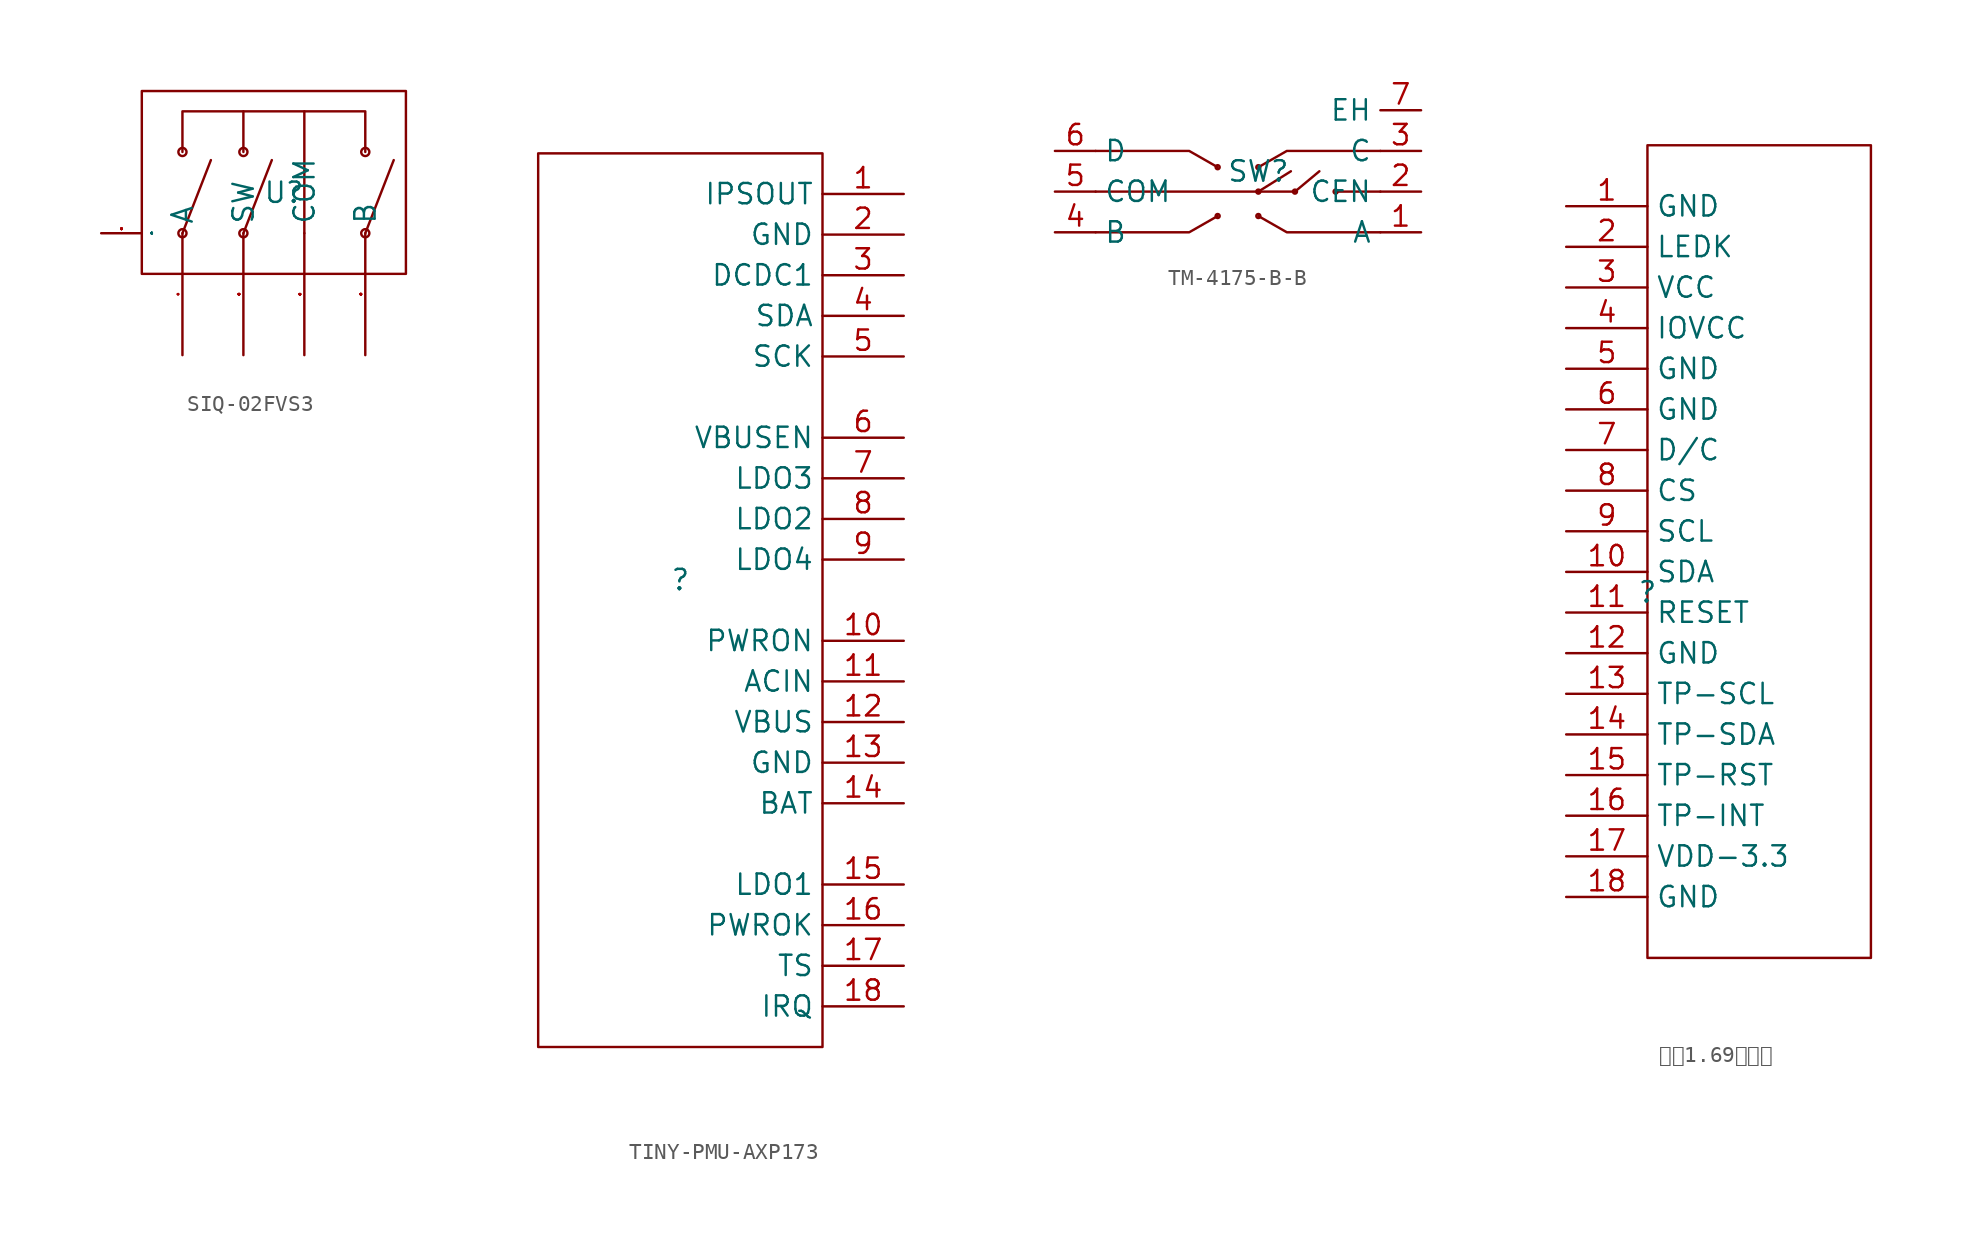
<source format=kicad_sym>
(kicad_symbol_lib
  (version 20241209)
  (generator "kicad_symbol_editor")
  (generator_version "9.0")
  (symbol "SIQ-02FVS3"
    (property "Reference" "U"
      (at 0 0 0)
      (effects (font (size 1.27 1.27))))
    (property "Value" ""
      (at 0 0 0)
      (effects (font (size 1.27 1.27))))
    (symbol "SIQ-02FVS3_1_0"
      (rectangle (start -8.89 6.35) (end 7.62 -5.08) (stroke (width 0) (type default)) (fill (type none)))
      (circle (center -6.35 2.54) (radius 0.254) (stroke (width 0) (type default)) (fill (type none)))
      (circle (center -6.35 -2.54) (radius 0.254) (stroke (width 0) (type default)) (fill (type none)))
      (polyline (pts (xy -6.35 -2.54) (xy -4.572 2.032)) (stroke (width 0) (type default)) (fill (type none)))
      (circle (center -2.54 2.54) (radius 0.254) (stroke (width 0) (type default)) (fill (type none)))
      (polyline (pts (xy -2.54 2.54) (xy -2.54 5.08)) (stroke (width 0) (type default)) (fill (type none)))
      (circle (center -2.54 -2.54) (radius 0.254) (stroke (width 0) (type default)) (fill (type none)))
      (polyline (pts (xy -2.54 -2.54) (xy -0.762 2.032)) (stroke (width 0) (type default)) (fill (type none)))
      (polyline (pts (xy 1.27 -2.54) (xy 1.27 5.08)) (stroke (width 0) (type default)) (fill (type none)))
      (polyline (pts (xy 5.08 2.54) (xy 5.08 5.08) (xy -6.35 5.08) (xy -6.35 2.54)) (stroke (width 0) (type default)) (fill (type none)))
      (circle (center 5.08 2.54) (radius 0.254) (stroke (width 0) (type default)) (fill (type none)))
      (polyline (pts (xy 5.08 -2.54) (xy 6.858 2.032)) (stroke (width 0) (type default)) (fill (type none)))
      (circle (center 5.08 -2.54) (radius 0.254) (stroke (width 0) (type default)) (fill (type none)))
      (pin input line (at -11.43 -2.54 0) (length 2.54) (name "0" (effects (font (size 0.025 0.025)))) (number "0" (effects (font (size 0.025 0.025)))))
      (pin input line (at -6.35 -10.16 90) (length 7.62) (name "A" (effects (font (size 1.27 1.27)))) (number "A" (effects (font (size 0.025 0.025)))))
      (pin input line (at -2.54 -10.16 90) (length 7.62) (name "SW" (effects (font (size 1.27 1.27)))) (number "S" (effects (font (size 0.025 0.025)))))
      (pin input line (at 1.27 -10.16 90) (length 7.62) (name "COM" (effects (font (size 1.27 1.27)))) (number "C" (effects (font (size 0.025 0.025)))))
      (pin input line (at 5.08 -10.16 90) (length 7.62) (name "B" (effects (font (size 1.27 1.27)))) (number "B" (effects (font (size 0.025 0.025)))))))
  (symbol "TINY-PMU-AXP173"
    (property "Reference" ""
      (at 0 0 0)
      (effects (font (size 1.27 1.27))))
    (property "Value" ""
      (at 0 0 0)
      (effects (font (size 1.27 1.27))))
    (symbol "TINY-PMU-AXP173_1_0"
      (rectangle (start -8.89 26.67) (end 8.89 -29.21) (stroke (width 0) (type default)) (fill (type none)))
      (pin input line (at 13.97 24.13 180) (length 5.08) (name "IPSOUT" (effects (font (size 1.27 1.27)))) (number "1" (effects (font (size 1.27 1.27)))))
      (pin input line (at 13.97 21.59 180) (length 5.08) (name "GND" (effects (font (size 1.27 1.27)))) (number "2" (effects (font (size 1.27 1.27)))))
      (pin input line (at 13.97 19.05 180) (length 5.08) (name "DCDC1" (effects (font (size 1.27 1.27)))) (number "3" (effects (font (size 1.27 1.27)))))
      (pin input line (at 13.97 16.51 180) (length 5.08) (name "SDA" (effects (font (size 1.27 1.27)))) (number "4" (effects (font (size 1.27 1.27)))))
      (pin input line (at 13.97 13.97 180) (length 5.08) (name "SCK" (effects (font (size 1.27 1.27)))) (number "5" (effects (font (size 1.27 1.27)))))
      (pin input line (at 13.97 8.89 180) (length 5.08) (name "VBUSEN" (effects (font (size 1.27 1.27)))) (number "6" (effects (font (size 1.27 1.27)))))
      (pin input line (at 13.97 6.35 180) (length 5.08) (name "LDO3" (effects (font (size 1.27 1.27)))) (number "7" (effects (font (size 1.27 1.27)))))
      (pin input line (at 13.97 3.81 180) (length 5.08) (name "LDO2" (effects (font (size 1.27 1.27)))) (number "8" (effects (font (size 1.27 1.27)))))
      (pin input line (at 13.97 1.27 180) (length 5.08) (name "LDO4" (effects (font (size 1.27 1.27)))) (number "9" (effects (font (size 1.27 1.27)))))
      (pin input line (at 13.97 -3.81 180) (length 5.08) (name "PWRON" (effects (font (size 1.27 1.27)))) (number "10" (effects (font (size 1.27 1.27)))))
      (pin input line (at 13.97 -6.35 180) (length 5.08) (name "ACIN" (effects (font (size 1.27 1.27)))) (number "11" (effects (font (size 1.27 1.27)))))
      (pin input line (at 13.97 -8.89 180) (length 5.08) (name "VBUS" (effects (font (size 1.27 1.27)))) (number "12" (effects (font (size 1.27 1.27)))))
      (pin input line (at 13.97 -11.43 180) (length 5.08) (name "GND" (effects (font (size 1.27 1.27)))) (number "13" (effects (font (size 1.27 1.27)))))
      (pin input line (at 13.97 -13.97 180) (length 5.08) (name "BAT" (effects (font (size 1.27 1.27)))) (number "14" (effects (font (size 1.27 1.27)))))
      (pin input line (at 13.97 -19.05 180) (length 5.08) (name "LDO1" (effects (font (size 1.27 1.27)))) (number "15" (effects (font (size 1.27 1.27)))))
      (pin input line (at 13.97 -21.59 180) (length 5.08) (name "PWROK" (effects (font (size 1.27 1.27)))) (number "16" (effects (font (size 1.27 1.27)))))
      (pin input line (at 13.97 -24.13 180) (length 5.08) (name "TS" (effects (font (size 1.27 1.27)))) (number "17" (effects (font (size 1.27 1.27)))))
      (pin input line (at 13.97 -26.67 180) (length 5.08) (name "IRQ" (effects (font (size 1.27 1.27)))) (number "18" (effects (font (size 1.27 1.27)))))))
  (symbol "TM-4175-B-B"
    (property "Reference" "SW"
      (at 0 0 0)
      (effects (font (size 1.27 1.27))))
    (property "Value" ""
      (at 0 0 0)
      (effects (font (size 1.27 1.27))))
    (symbol "TM-4175-B-B_1_0"
      (polyline (pts (xy -10.16 1.27) (xy -4.318 1.27) (xy -4.318 1.27) (xy -2.54 0.254)) (stroke (width 0) (type default)) (fill (type none)))
      (polyline (pts (xy -10.16 -1.27) (xy 0 -1.27)) (stroke (width 0) (type default)) (fill (type none)))
      (polyline (pts (xy -10.16 -3.81) (xy -4.318 -3.81) (xy -4.318 -3.81) (xy -2.54 -2.794)) (stroke (width 0) (type default)) (fill (type none)))
      (circle (center -2.54 0.254) (radius 0.127) (stroke (width 0) (type default)) (fill (type none)))
      (circle (center -2.54 -2.794) (radius 0.127) (stroke (width 0) (type default)) (fill (type none)))
      (circle (center 0 0.254) (radius 0.127) (stroke (width 0) (type default)) (fill (type none)))
      (polyline (pts (xy 0 -1.27) (xy 2.032 0)) (stroke (width 0) (type default)) (fill (type none)))
      (polyline (pts (xy 0 -1.27) (xy 2.286 -1.27)) (stroke (width 0) (type default)) (fill (type none)))
      (circle (center 0 -1.27) (radius 0.127) (stroke (width 0) (type default)) (fill (type none)))
      (circle (center 0 -2.794) (radius 0.127) (stroke (width 0) (type default)) (fill (type none)))
      (polyline (pts (xy 2.286 -1.27) (xy 3.81 0)) (stroke (width 0) (type default)) (fill (type none)))
      (circle (center 2.286 -1.27) (radius 0.127) (stroke (width 0) (type default)) (fill (type none)))
      (circle (center 4.826 -1.27) (radius 0.127) (stroke (width 0) (type default)) (fill (type none)))
      (polyline (pts (xy 7.62 1.27) (xy 1.778 1.27) (xy 1.778 1.27) (xy 0 0.254)) (stroke (width 0) (type default)) (fill (type none)))
      (polyline (pts (xy 7.62 -1.27) (xy 4.826 -1.27)) (stroke (width 0) (type default)) (fill (type none)))
      (polyline (pts (xy 7.62 -3.81) (xy 1.778 -3.81) (xy 1.778 -3.81) (xy 0 -2.794)) (stroke (width 0) (type default)) (fill (type none)))
      (pin input line (at -12.7 1.27 0) (length 2.54) (name "D" (effects (font (size 1.27 1.27)))) (number "6" (effects (font (size 1.27 1.27)))))
      (pin input line (at -12.7 -1.27 0) (length 2.54) (name "COM" (effects (font (size 1.27 1.27)))) (number "5" (effects (font (size 1.27 1.27)))))
      (pin input line (at -12.7 -3.81 0) (length 2.54) (name "B" (effects (font (size 1.27 1.27)))) (number "4" (effects (font (size 1.27 1.27)))))
      (pin input line (at 10.16 3.81 180) (length 2.54) (name "EH" (effects (font (size 1.27 1.27)))) (number "7" (effects (font (size 1.27 1.27)))))
      (pin input line (at 10.16 1.27 180) (length 2.54) (name "C" (effects (font (size 1.27 1.27)))) (number "3" (effects (font (size 1.27 1.27)))))
      (pin input line (at 10.16 -1.27 180) (length 2.54) (name "CEN" (effects (font (size 1.27 1.27)))) (number "2" (effects (font (size 1.27 1.27)))))
      (pin input line (at 10.16 -3.81 180) (length 2.54) (name "A" (effects (font (size 1.27 1.27)))) (number "1" (effects (font (size 1.27 1.27)))))))
  (symbol "淘宝1.69寸屏幕"
    (property "Reference" ""
      (at 0 0 0)
      (effects (font (size 1.27 1.27))))
    (property "Value" ""
      (at 0 0 0)
      (effects (font (size 1.27 1.27))))
    (symbol "淘宝1.69寸屏幕_1_0"
      (rectangle (start 0 27.94) (end 13.97 -22.86) (stroke (width 0) (type default)) (fill (type none)))
      (pin input line (at -5.08 24.13 0) (length 5.08) (name "GND" (effects (font (size 1.27 1.27)))) (number "1" (effects (font (size 1.27 1.27)))))
      (pin input line (at -5.08 21.59 0) (length 5.08) (name "LEDK" (effects (font (size 1.27 1.27)))) (number "2" (effects (font (size 1.27 1.27)))))
      (pin input line (at -5.08 19.05 0) (length 5.08) (name "VCC" (effects (font (size 1.27 1.27)))) (number "3" (effects (font (size 1.27 1.27)))))
      (pin input line (at -5.08 16.51 0) (length 5.08) (name "IOVCC" (effects (font (size 1.27 1.27)))) (number "4" (effects (font (size 1.27 1.27)))))
      (pin input line (at -5.08 13.97 0) (length 5.08) (name "GND" (effects (font (size 1.27 1.27)))) (number "5" (effects (font (size 1.27 1.27)))))
      (pin input line (at -5.08 11.43 0) (length 5.08) (name "GND" (effects (font (size 1.27 1.27)))) (number "6" (effects (font (size 1.27 1.27)))))
      (pin input line (at -5.08 8.89 0) (length 5.08) (name "D/C" (effects (font (size 1.27 1.27)))) (number "7" (effects (font (size 1.27 1.27)))))
      (pin input line (at -5.08 6.35 0) (length 5.08) (name "CS" (effects (font (size 1.27 1.27)))) (number "8" (effects (font (size 1.27 1.27)))))
      (pin input line (at -5.08 3.81 0) (length 5.08) (name "SCL" (effects (font (size 1.27 1.27)))) (number "9" (effects (font (size 1.27 1.27)))))
      (pin input line (at -5.08 1.27 0) (length 5.08) (name "SDA" (effects (font (size 1.27 1.27)))) (number "10" (effects (font (size 1.27 1.27)))))
      (pin input line (at -5.08 -1.27 0) (length 5.08) (name "RESET" (effects (font (size 1.27 1.27)))) (number "11" (effects (font (size 1.27 1.27)))))
      (pin input line (at -5.08 -3.81 0) (length 5.08) (name "GND" (effects (font (size 1.27 1.27)))) (number "12" (effects (font (size 1.27 1.27)))))
      (pin input line (at -5.08 -6.35 0) (length 5.08) (name "TP-SCL" (effects (font (size 1.27 1.27)))) (number "13" (effects (font (size 1.27 1.27)))))
      (pin input line (at -5.08 -8.89 0) (length 5.08) (name "TP-SDA" (effects (font (size 1.27 1.27)))) (number "14" (effects (font (size 1.27 1.27)))))
      (pin input line (at -5.08 -11.43 0) (length 5.08) (name "TP-RST" (effects (font (size 1.27 1.27)))) (number "15" (effects (font (size 1.27 1.27)))))
      (pin input line (at -5.08 -13.97 0) (length 5.08) (name "TP-INT" (effects (font (size 1.27 1.27)))) (number "16" (effects (font (size 1.27 1.27)))))
      (pin input line (at -5.08 -16.51 0) (length 5.08) (name "VDD-3.3" (effects (font (size 1.27 1.27)))) (number "17" (effects (font (size 1.27 1.27)))))
      (pin input line (at -5.08 -19.05 0) (length 5.08) (name "GND" (effects (font (size 1.27 1.27)))) (number "18" (effects (font (size 1.27 1.27))))))))
</source>
